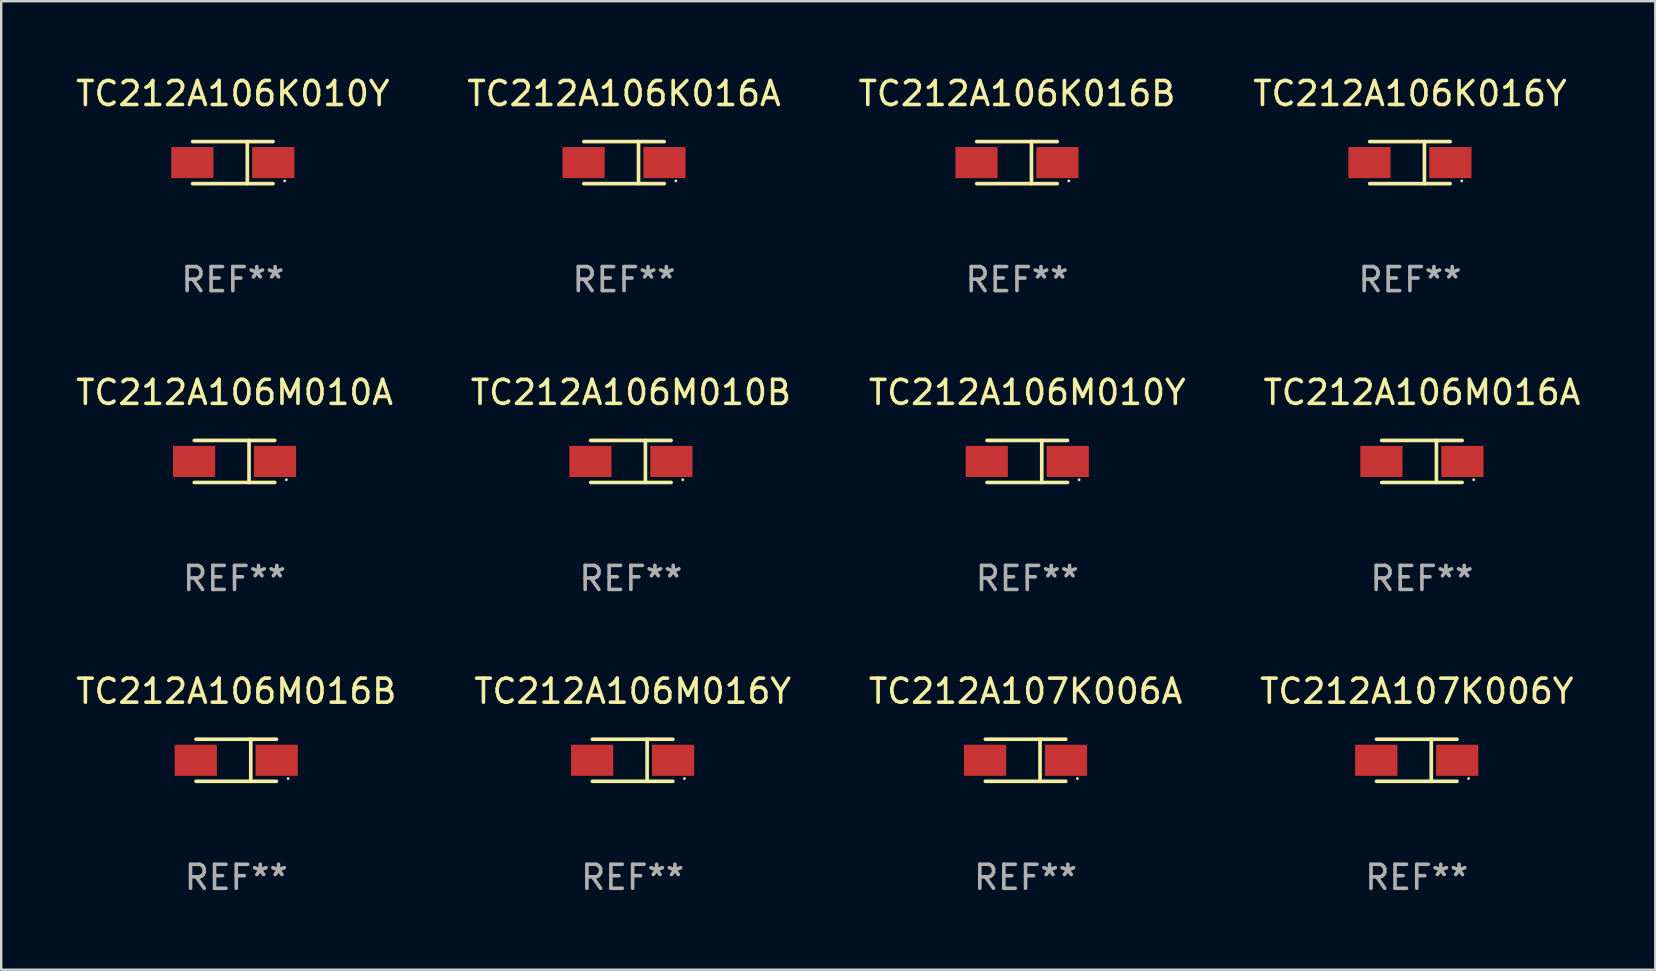
<source format=kicad_pcb>
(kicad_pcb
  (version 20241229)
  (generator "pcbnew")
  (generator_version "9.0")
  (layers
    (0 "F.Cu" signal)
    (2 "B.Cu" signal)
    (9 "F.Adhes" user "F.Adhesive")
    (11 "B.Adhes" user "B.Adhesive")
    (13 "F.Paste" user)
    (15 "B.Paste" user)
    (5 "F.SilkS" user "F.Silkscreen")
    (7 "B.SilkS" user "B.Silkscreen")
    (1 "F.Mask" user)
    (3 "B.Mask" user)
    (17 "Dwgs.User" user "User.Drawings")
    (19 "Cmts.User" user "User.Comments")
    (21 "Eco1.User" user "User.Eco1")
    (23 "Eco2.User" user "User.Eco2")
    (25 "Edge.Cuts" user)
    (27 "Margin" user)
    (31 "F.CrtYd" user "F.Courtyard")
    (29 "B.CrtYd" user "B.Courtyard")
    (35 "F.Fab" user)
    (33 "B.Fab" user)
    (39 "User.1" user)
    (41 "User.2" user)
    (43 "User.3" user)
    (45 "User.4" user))
  (footprint "TC212A106M010A"
    (layer "F.Cu")
    (at 6.72 16.173)
    (property "Reference" "TC212A106M010A" (at 0 -2.876 0) (layer "F.SilkS") (effects (font (size 1 1) (thickness 0.15))))
    (attr through_hole)
    (fp_line (start -1.676 -0.876) (end 1.676 -0.876) (stroke (width 0.152) (type solid)) (layer "F.SilkS"))
    (fp_line (start -1.676 0.876) (end 1.676 0.876) (stroke (width 0.152) (type solid)) (layer "F.SilkS"))
    (fp_line (start 0.604 -0.876) (end 0.604 0.876) (stroke (width 0.152) (type solid)) (layer "F.SilkS"))
    (fp_circle (center 2.159 0.762) (end 2.189 0.762) (stroke (width 0.06) (type solid)) (fill no) (layer "F.SilkS"))
    (fp_text user "REF**" (at 0 4.876 0) (layer "F.Fab") (effects (font (size 1 1) (thickness 0.15))))
    (pad "1" smd rect (at 1.686 0) (size 1.758 1.296) (layers "F.Cu" "F.Mask" "F.Paste"))
    (pad "2" smd rect (at -1.686 0) (size 1.758 1.296) (layers "F.Cu" "F.Mask" "F.Paste")))
  (footprint "TC212A106M016A"
    (layer "F.Cu")
    (at 56.185 16.173)
    (property "Reference" "TC212A106M016A" (at 0 -2.876 0) (layer "F.SilkS") (effects (font (size 1 1) (thickness 0.15))))
    (attr through_hole)
    (fp_line (start -1.676 -0.876) (end 1.676 -0.876) (stroke (width 0.152) (type solid)) (layer "F.SilkS"))
    (fp_line (start -1.676 0.876) (end 1.676 0.876) (stroke (width 0.152) (type solid)) (layer "F.SilkS"))
    (fp_line (start 0.604 -0.876) (end 0.604 0.876) (stroke (width 0.152) (type solid)) (layer "F.SilkS"))
    (fp_circle (center 2.159 0.762) (end 2.189 0.762) (stroke (width 0.06) (type solid)) (fill no) (layer "F.SilkS"))
    (fp_text user "REF**" (at 0 4.876 0) (layer "F.Fab") (effects (font (size 1 1) (thickness 0.15))))
    (pad "1" smd rect (at 1.686 0) (size 1.758 1.296) (layers "F.Cu" "F.Mask" "F.Paste"))
    (pad "2" smd rect (at -1.686 0) (size 1.758 1.296) (layers "F.Cu" "F.Mask" "F.Paste")))
  (footprint "TC212A106M010Y"
    (layer "F.Cu")
    (at 39.744 16.173)
    (property "Reference" "TC212A106M010Y" (at 0 -2.876 0) (layer "F.SilkS") (effects (font (size 1 1) (thickness 0.15))))
    (attr through_hole)
    (fp_line (start -1.676 -0.876) (end 1.676 -0.876) (stroke (width 0.152) (type solid)) (layer "F.SilkS"))
    (fp_line (start -1.676 0.876) (end 1.676 0.876) (stroke (width 0.152) (type solid)) (layer "F.SilkS"))
    (fp_line (start 0.604 -0.876) (end 0.604 0.876) (stroke (width 0.152) (type solid)) (layer "F.SilkS"))
    (fp_circle (center 2.159 0.762) (end 2.189 0.762) (stroke (width 0.06) (type solid)) (fill no) (layer "F.SilkS"))
    (fp_text user "REF**" (at 0 4.876 0) (layer "F.Fab") (effects (font (size 1 1) (thickness 0.15))))
    (pad "1" smd rect (at 1.686 0) (size 1.758 1.296) (layers "F.Cu" "F.Mask" "F.Paste"))
    (pad "2" smd rect (at -1.686 0) (size 1.758 1.296) (layers "F.Cu" "F.Mask" "F.Paste")))
  (footprint "TC212A106M016Y"
    (layer "F.Cu")
    (at 23.304 28.622)
    (property "Reference" "TC212A106M016Y" (at 0 -2.876 0) (layer "F.SilkS") (effects (font (size 1 1) (thickness 0.15))))
    (attr through_hole)
    (fp_line (start -1.676 -0.876) (end 1.676 -0.876) (stroke (width 0.152) (type solid)) (layer "F.SilkS"))
    (fp_line (start -1.676 0.876) (end 1.676 0.876) (stroke (width 0.152) (type solid)) (layer "F.SilkS"))
    (fp_line (start 0.604 -0.876) (end 0.604 0.876) (stroke (width 0.152) (type solid)) (layer "F.SilkS"))
    (fp_circle (center 2.159 0.762) (end 2.189 0.762) (stroke (width 0.06) (type solid)) (fill no) (layer "F.SilkS"))
    (fp_text user "REF**" (at 0 4.876 0) (layer "F.Fab") (effects (font (size 1 1) (thickness 0.15))))
    (pad "1" smd rect (at 1.686 0) (size 1.758 1.296) (layers "F.Cu" "F.Mask" "F.Paste"))
    (pad "2" smd rect (at -1.686 0) (size 1.758 1.296) (layers "F.Cu" "F.Mask" "F.Paste")))
  (footprint "TC212A106K016B"
    (layer "F.Cu")
    (at 39.315 3.724)
    (property "Reference" "TC212A106K016B" (at 0 -2.876 0) (layer "F.SilkS") (effects (font (size 1 1) (thickness 0.15))))
    (attr through_hole)
    (fp_line (start -1.676 -0.876) (end 1.676 -0.876) (stroke (width 0.152) (type solid)) (layer "F.SilkS"))
    (fp_line (start -1.676 0.876) (end 1.676 0.876) (stroke (width 0.152) (type solid)) (layer "F.SilkS"))
    (fp_line (start 0.604 -0.876) (end 0.604 0.876) (stroke (width 0.152) (type solid)) (layer "F.SilkS"))
    (fp_circle (center 2.159 0.762) (end 2.189 0.762) (stroke (width 0.06) (type solid)) (fill no) (layer "F.SilkS"))
    (fp_text user "REF**" (at 0 4.876 0) (layer "F.Fab") (effects (font (size 1 1) (thickness 0.15))))
    (pad "1" smd rect (at 1.686 0) (size 1.758 1.296) (layers "F.Cu" "F.Mask" "F.Paste"))
    (pad "2" smd rect (at -1.686 0) (size 1.758 1.296) (layers "F.Cu" "F.Mask" "F.Paste")))
  (footprint "TC212A106M016B"
    (layer "F.Cu")
    (at 6.792 28.622)
    (property "Reference" "TC212A106M016B" (at 0 -2.876 0) (layer "F.SilkS") (effects (font (size 1 1) (thickness 0.15))))
    (attr through_hole)
    (fp_line (start -1.676 -0.876) (end 1.676 -0.876) (stroke (width 0.152) (type solid)) (layer "F.SilkS"))
    (fp_line (start -1.676 0.876) (end 1.676 0.876) (stroke (width 0.152) (type solid)) (layer "F.SilkS"))
    (fp_line (start 0.604 -0.876) (end 0.604 0.876) (stroke (width 0.152) (type solid)) (layer "F.SilkS"))
    (fp_circle (center 2.159 0.762) (end 2.189 0.762) (stroke (width 0.06) (type solid)) (fill no) (layer "F.SilkS"))
    (fp_text user "REF**" (at 0 4.876 0) (layer "F.Fab") (effects (font (size 1 1) (thickness 0.15))))
    (pad "1" smd rect (at 1.686 0) (size 1.758 1.296) (layers "F.Cu" "F.Mask" "F.Paste"))
    (pad "2" smd rect (at -1.686 0) (size 1.758 1.296) (layers "F.Cu" "F.Mask" "F.Paste")))
  (footprint "TC212A107K006A"
    (layer "F.Cu")
    (at 39.673 28.622)
    (property "Reference" "TC212A107K006A" (at 0 -2.876 0) (layer "F.SilkS") (effects (font (size 1 1) (thickness 0.15))))
    (attr through_hole)
    (fp_line (start -1.676 -0.876) (end 1.676 -0.876) (stroke (width 0.152) (type solid)) (layer "F.SilkS"))
    (fp_line (start -1.676 0.876) (end 1.676 0.876) (stroke (width 0.152) (type solid)) (layer "F.SilkS"))
    (fp_line (start 0.604 -0.876) (end 0.604 0.876) (stroke (width 0.152) (type solid)) (layer "F.SilkS"))
    (fp_circle (center 2.159 0.762) (end 2.189 0.762) (stroke (width 0.06) (type solid)) (fill no) (layer "F.SilkS"))
    (fp_text user "REF**" (at 0 4.876 0) (layer "F.Fab") (effects (font (size 1 1) (thickness 0.15))))
    (pad "1" smd rect (at 1.686 0) (size 1.758 1.296) (layers "F.Cu" "F.Mask" "F.Paste"))
    (pad "2" smd rect (at -1.686 0) (size 1.758 1.296) (layers "F.Cu" "F.Mask" "F.Paste")))
  (footprint "TC212A107K006Y"
    (layer "F.Cu")
    (at 55.97 28.622)
    (property "Reference" "TC212A107K006Y" (at 0 -2.876 0) (layer "F.SilkS") (effects (font (size 1 1) (thickness 0.15))))
    (attr through_hole)
    (fp_line (start -1.676 -0.876) (end 1.676 -0.876) (stroke (width 0.152) (type solid)) (layer "F.SilkS"))
    (fp_line (start -1.676 0.876) (end 1.676 0.876) (stroke (width 0.152) (type solid)) (layer "F.SilkS"))
    (fp_line (start 0.604 -0.876) (end 0.604 0.876) (stroke (width 0.152) (type solid)) (layer "F.SilkS"))
    (fp_circle (center 2.159 0.762) (end 2.189 0.762) (stroke (width 0.06) (type solid)) (fill no) (layer "F.SilkS"))
    (fp_text user "REF**" (at 0 4.876 0) (layer "F.Fab") (effects (font (size 1 1) (thickness 0.15))))
    (pad "1" smd rect (at 1.686 0) (size 1.758 1.296) (layers "F.Cu" "F.Mask" "F.Paste"))
    (pad "2" smd rect (at -1.686 0) (size 1.758 1.296) (layers "F.Cu" "F.Mask" "F.Paste")))
  (footprint "TC212A106K010Y"
    (layer "F.Cu")
    (at 6.649 3.724)
    (property "Reference" "TC212A106K010Y" (at 0 -2.876 0) (layer "F.SilkS") (effects (font (size 1 1) (thickness 0.15))))
    (attr through_hole)
    (fp_line (start -1.676 -0.876) (end 1.676 -0.876) (stroke (width 0.152) (type solid)) (layer "F.SilkS"))
    (fp_line (start -1.676 0.876) (end 1.676 0.876) (stroke (width 0.152) (type solid)) (layer "F.SilkS"))
    (fp_line (start 0.604 -0.876) (end 0.604 0.876) (stroke (width 0.152) (type solid)) (layer "F.SilkS"))
    (fp_circle (center 2.159 0.762) (end 2.189 0.762) (stroke (width 0.06) (type solid)) (fill no) (layer "F.SilkS"))
    (fp_text user "REF**" (at 0 4.876 0) (layer "F.Fab") (effects (font (size 1 1) (thickness 0.15))))
    (pad "1" smd rect (at 1.686 0) (size 1.758 1.296) (layers "F.Cu" "F.Mask" "F.Paste"))
    (pad "2" smd rect (at -1.686 0) (size 1.758 1.296) (layers "F.Cu" "F.Mask" "F.Paste")))
  (footprint "TC212A106M010B"
    (layer "F.Cu")
    (at 23.232 16.173)
    (property "Reference" "TC212A106M010B" (at 0 -2.876 0) (layer "F.SilkS") (effects (font (size 1 1) (thickness 0.15))))
    (attr through_hole)
    (fp_line (start -1.676 -0.876) (end 1.676 -0.876) (stroke (width 0.152) (type solid)) (layer "F.SilkS"))
    (fp_line (start -1.676 0.876) (end 1.676 0.876) (stroke (width 0.152) (type solid)) (layer "F.SilkS"))
    (fp_line (start 0.604 -0.876) (end 0.604 0.876) (stroke (width 0.152) (type solid)) (layer "F.SilkS"))
    (fp_circle (center 2.159 0.762) (end 2.189 0.762) (stroke (width 0.06) (type solid)) (fill no) (layer "F.SilkS"))
    (fp_text user "REF**" (at 0 4.876 0) (layer "F.Fab") (effects (font (size 1 1) (thickness 0.15))))
    (pad "1" smd rect (at 1.686 0) (size 1.758 1.296) (layers "F.Cu" "F.Mask" "F.Paste"))
    (pad "2" smd rect (at -1.686 0) (size 1.758 1.296) (layers "F.Cu" "F.Mask" "F.Paste")))
  (footprint "TC212A106K016Y"
    (layer "F.Cu")
    (at 55.685 3.724)
    (property "Reference" "TC212A106K016Y" (at 0 -2.876 0) (layer "F.SilkS") (effects (font (size 1 1) (thickness 0.15))))
    (attr through_hole)
    (fp_line (start -1.676 -0.876) (end 1.676 -0.876) (stroke (width 0.152) (type solid)) (layer "F.SilkS"))
    (fp_line (start -1.676 0.876) (end 1.676 0.876) (stroke (width 0.152) (type solid)) (layer "F.SilkS"))
    (fp_line (start 0.604 -0.876) (end 0.604 0.876) (stroke (width 0.152) (type solid)) (layer "F.SilkS"))
    (fp_circle (center 2.159 0.762) (end 2.189 0.762) (stroke (width 0.06) (type solid)) (fill no) (layer "F.SilkS"))
    (fp_text user "REF**" (at 0 4.876 0) (layer "F.Fab") (effects (font (size 1 1) (thickness 0.15))))
    (pad "1" smd rect (at 1.686 0) (size 1.758 1.296) (layers "F.Cu" "F.Mask" "F.Paste"))
    (pad "2" smd rect (at -1.686 0) (size 1.758 1.296) (layers "F.Cu" "F.Mask" "F.Paste")))
  (footprint "TC212A106K016A"
    (layer "F.Cu")
    (at 22.946 3.724)
    (property "Reference" "TC212A106K016A" (at 0 -2.876 0) (layer "F.SilkS") (effects (font (size 1 1) (thickness 0.15))))
    (attr through_hole)
    (fp_line (start -1.676 -0.876) (end 1.676 -0.876) (stroke (width 0.152) (type solid)) (layer "F.SilkS"))
    (fp_line (start -1.676 0.876) (end 1.676 0.876) (stroke (width 0.152) (type solid)) (layer "F.SilkS"))
    (fp_line (start 0.604 -0.876) (end 0.604 0.876) (stroke (width 0.152) (type solid)) (layer "F.SilkS"))
    (fp_circle (center 2.159 0.762) (end 2.189 0.762) (stroke (width 0.06) (type solid)) (fill no) (layer "F.SilkS"))
    (fp_text user "REF**" (at 0 4.876 0) (layer "F.Fab") (effects (font (size 1 1) (thickness 0.15))))
    (pad "1" smd rect (at 1.686 0) (size 1.758 1.296) (layers "F.Cu" "F.Mask" "F.Paste"))
    (pad "2" smd rect (at -1.686 0) (size 1.758 1.296) (layers "F.Cu" "F.Mask" "F.Paste")))
  (gr_rect
    (start -3 -3)
    (end 65.905 37.347)
    (stroke (width 0.1) (type default))
    (fill no)
    (layer "Edge.Cuts")))
</source>
